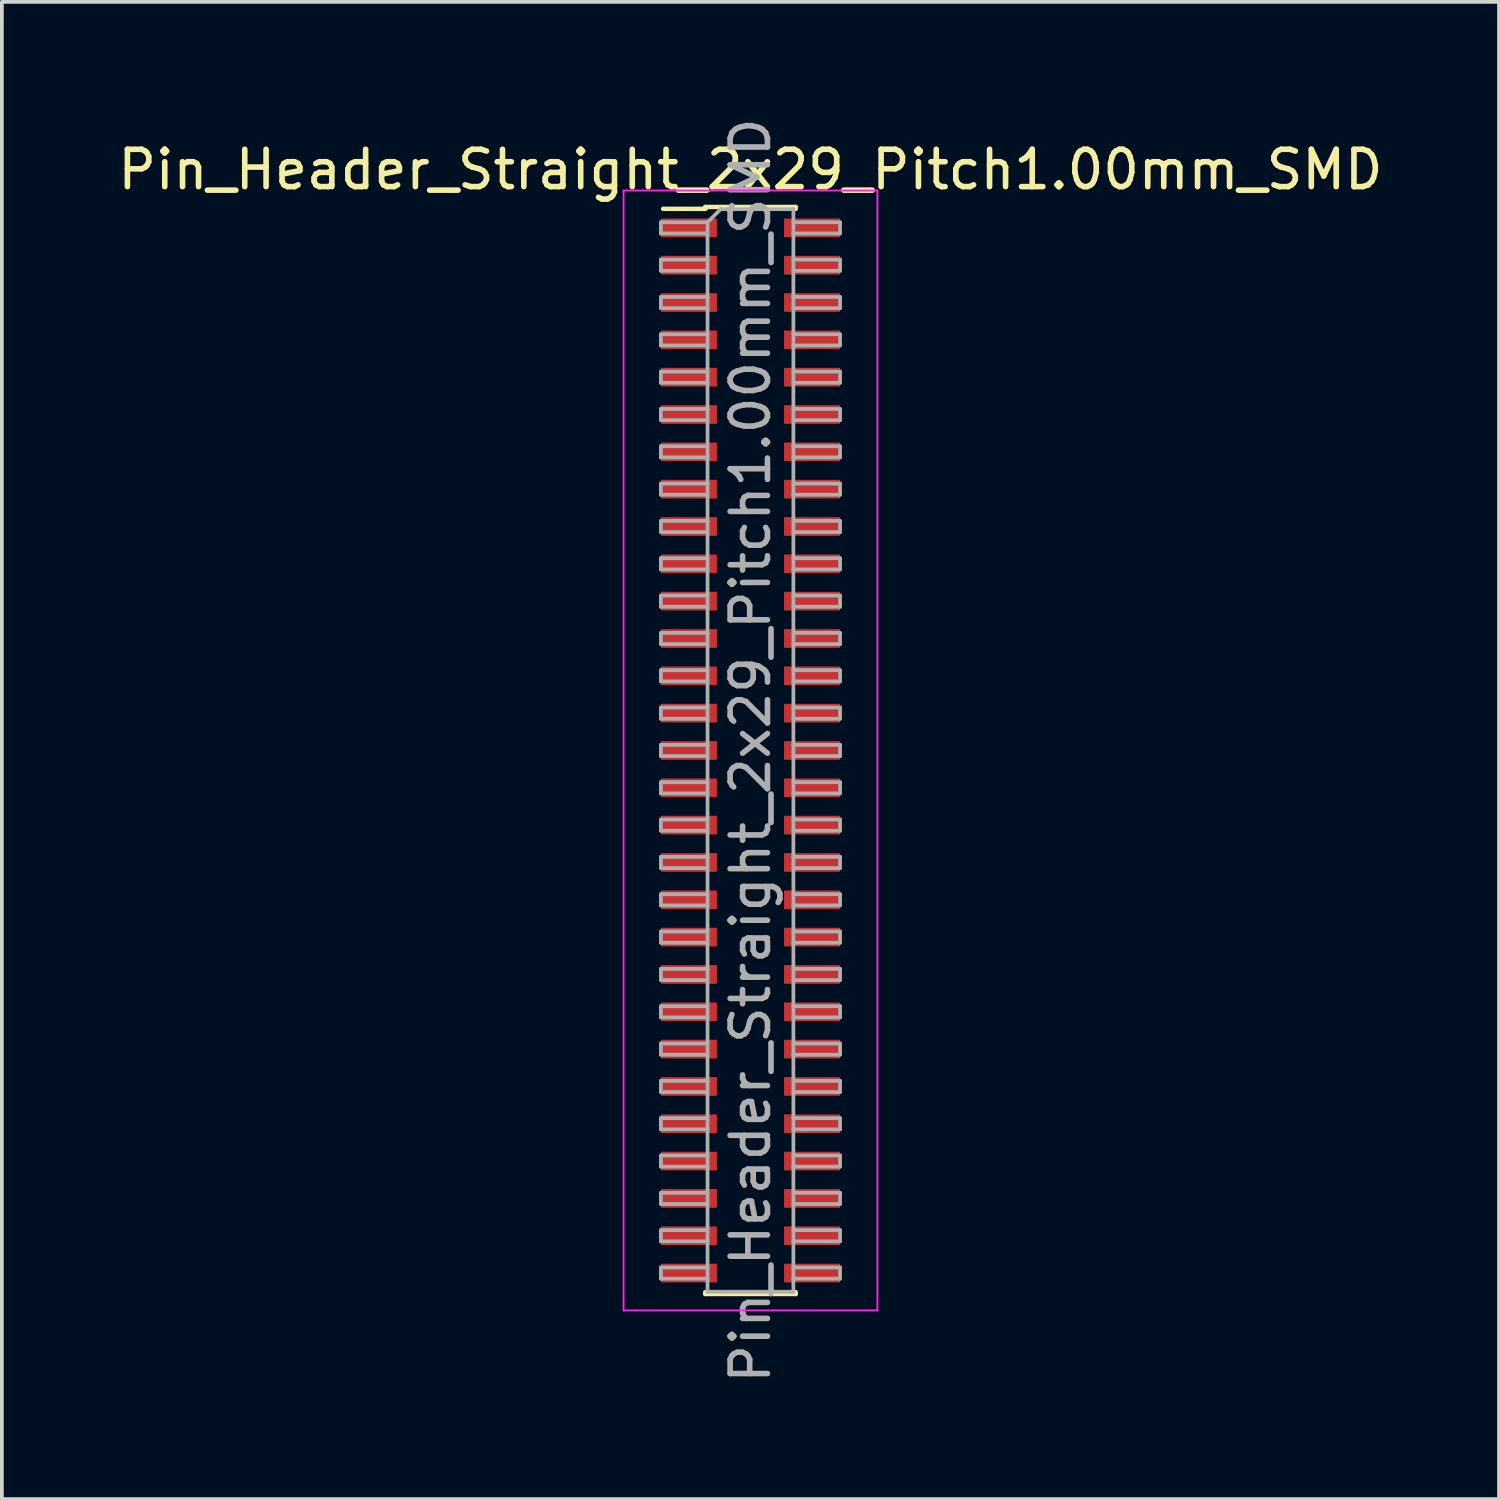
<source format=kicad_pcb>
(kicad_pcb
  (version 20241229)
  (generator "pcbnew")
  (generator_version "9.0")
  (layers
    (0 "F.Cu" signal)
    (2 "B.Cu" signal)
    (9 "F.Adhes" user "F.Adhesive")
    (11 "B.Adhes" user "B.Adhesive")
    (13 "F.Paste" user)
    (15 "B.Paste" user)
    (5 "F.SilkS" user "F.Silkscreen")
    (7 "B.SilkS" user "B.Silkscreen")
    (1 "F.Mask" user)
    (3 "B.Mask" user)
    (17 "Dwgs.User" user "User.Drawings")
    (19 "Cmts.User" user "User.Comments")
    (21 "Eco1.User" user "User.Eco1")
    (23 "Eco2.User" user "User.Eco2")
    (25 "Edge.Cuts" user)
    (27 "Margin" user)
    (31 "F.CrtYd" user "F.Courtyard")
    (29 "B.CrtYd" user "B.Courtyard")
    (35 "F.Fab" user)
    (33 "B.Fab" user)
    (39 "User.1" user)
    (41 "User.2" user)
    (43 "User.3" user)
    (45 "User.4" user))
  (footprint "Pin_Header_Straight_2x29_Pitch1.00mm_SMD"
    (layer "F.Cu")
    (at 17.054 17.054)
    (property "Reference" "Pin_Header_Straight_2x29_Pitch1.00mm_SMD" (at 0 -15.56 0) (layer "F.SilkS") (effects (font (size 1 1) (thickness 0.15))))
    (attr smd)
    (fp_line (start -2.34 -14.51) (end -1.21 -14.51) (stroke (width 0.12) (type solid)) (layer "F.SilkS"))
    (fp_line (start -1.21 -14.56) (end -1.21 -14.51) (stroke (width 0.12) (type solid)) (layer "F.SilkS"))
    (fp_line (start -1.21 -14.56) (end 1.21 -14.56) (stroke (width 0.12) (type solid)) (layer "F.SilkS"))
    (fp_line (start -1.21 14.51) (end -1.21 14.56) (stroke (width 0.12) (type solid)) (layer "F.SilkS"))
    (fp_line (start -1.21 14.56) (end 1.21 14.56) (stroke (width 0.12) (type solid)) (layer "F.SilkS"))
    (fp_line (start 1.21 -14.56) (end 1.21 -14.51) (stroke (width 0.12) (type solid)) (layer "F.SilkS"))
    (fp_line (start 1.21 14.51) (end 1.21 14.56) (stroke (width 0.12) (type solid)) (layer "F.SilkS"))
    (fp_line (start -3.4 -15) (end -3.4 15) (stroke (width 0.05) (type solid)) (layer "F.CrtYd"))
    (fp_line (start -3.4 15) (end 3.4 15) (stroke (width 0.05) (type solid)) (layer "F.CrtYd"))
    (fp_line (start 3.4 -15) (end -3.4 -15) (stroke (width 0.05) (type solid)) (layer "F.CrtYd"))
    (fp_line (start 3.4 15) (end 3.4 -15) (stroke (width 0.05) (type solid)) (layer "F.CrtYd"))
    (fp_line (start -2.4 -14.15) (end -2.4 -13.85) (stroke (width 0.1) (type solid)) (layer "F.Fab"))
    (fp_line (start -2.4 -13.85) (end -1.15 -13.85) (stroke (width 0.1) (type solid)) (layer "F.Fab"))
    (fp_line (start -2.4 -13.15) (end -2.4 -12.85) (stroke (width 0.1) (type solid)) (layer "F.Fab"))
    (fp_line (start -2.4 -12.85) (end -1.15 -12.85) (stroke (width 0.1) (type solid)) (layer "F.Fab"))
    (fp_line (start -2.4 -12.15) (end -2.4 -11.85) (stroke (width 0.1) (type solid)) (layer "F.Fab"))
    (fp_line (start -2.4 -11.85) (end -1.15 -11.85) (stroke (width 0.1) (type solid)) (layer "F.Fab"))
    (fp_line (start -2.4 -11.15) (end -2.4 -10.85) (stroke (width 0.1) (type solid)) (layer "F.Fab"))
    (fp_line (start -2.4 -10.85) (end -1.15 -10.85) (stroke (width 0.1) (type solid)) (layer "F.Fab"))
    (fp_line (start -2.4 -10.15) (end -2.4 -9.85) (stroke (width 0.1) (type solid)) (layer "F.Fab"))
    (fp_line (start -2.4 -9.85) (end -1.15 -9.85) (stroke (width 0.1) (type solid)) (layer "F.Fab"))
    (fp_line (start -2.4 -9.15) (end -2.4 -8.85) (stroke (width 0.1) (type solid)) (layer "F.Fab"))
    (fp_line (start -2.4 -8.85) (end -1.15 -8.85) (stroke (width 0.1) (type solid)) (layer "F.Fab"))
    (fp_line (start -2.4 -8.15) (end -2.4 -7.85) (stroke (width 0.1) (type solid)) (layer "F.Fab"))
    (fp_line (start -2.4 -7.85) (end -1.15 -7.85) (stroke (width 0.1) (type solid)) (layer "F.Fab"))
    (fp_line (start -2.4 -7.15) (end -2.4 -6.85) (stroke (width 0.1) (type solid)) (layer "F.Fab"))
    (fp_line (start -2.4 -6.85) (end -1.15 -6.85) (stroke (width 0.1) (type solid)) (layer "F.Fab"))
    (fp_line (start -2.4 -6.15) (end -2.4 -5.85) (stroke (width 0.1) (type solid)) (layer "F.Fab"))
    (fp_line (start -2.4 -5.85) (end -1.15 -5.85) (stroke (width 0.1) (type solid)) (layer "F.Fab"))
    (fp_line (start -2.4 -5.15) (end -2.4 -4.85) (stroke (width 0.1) (type solid)) (layer "F.Fab"))
    (fp_line (start -2.4 -4.85) (end -1.15 -4.85) (stroke (width 0.1) (type solid)) (layer "F.Fab"))
    (fp_line (start -2.4 -4.15) (end -2.4 -3.85) (stroke (width 0.1) (type solid)) (layer "F.Fab"))
    (fp_line (start -2.4 -3.85) (end -1.15 -3.85) (stroke (width 0.1) (type solid)) (layer "F.Fab"))
    (fp_line (start -2.4 -3.15) (end -2.4 -2.85) (stroke (width 0.1) (type solid)) (layer "F.Fab"))
    (fp_line (start -2.4 -2.85) (end -1.15 -2.85) (stroke (width 0.1) (type solid)) (layer "F.Fab"))
    (fp_line (start -2.4 -2.15) (end -2.4 -1.85) (stroke (width 0.1) (type solid)) (layer "F.Fab"))
    (fp_line (start -2.4 -1.85) (end -1.15 -1.85) (stroke (width 0.1) (type solid)) (layer "F.Fab"))
    (fp_line (start -2.4 -1.15) (end -2.4 -0.85) (stroke (width 0.1) (type solid)) (layer "F.Fab"))
    (fp_line (start -2.4 -0.85) (end -1.15 -0.85) (stroke (width 0.1) (type solid)) (layer "F.Fab"))
    (fp_line (start -2.4 -0.15) (end -2.4 0.15) (stroke (width 0.1) (type solid)) (layer "F.Fab"))
    (fp_line (start -2.4 0.15) (end -1.15 0.15) (stroke (width 0.1) (type solid)) (layer "F.Fab"))
    (fp_line (start -2.4 0.85) (end -2.4 1.15) (stroke (width 0.1) (type solid)) (layer "F.Fab"))
    (fp_line (start -2.4 1.15) (end -1.15 1.15) (stroke (width 0.1) (type solid)) (layer "F.Fab"))
    (fp_line (start -2.4 1.85) (end -2.4 2.15) (stroke (width 0.1) (type solid)) (layer "F.Fab"))
    (fp_line (start -2.4 2.15) (end -1.15 2.15) (stroke (width 0.1) (type solid)) (layer "F.Fab"))
    (fp_line (start -2.4 2.85) (end -2.4 3.15) (stroke (width 0.1) (type solid)) (layer "F.Fab"))
    (fp_line (start -2.4 3.15) (end -1.15 3.15) (stroke (width 0.1) (type solid)) (layer "F.Fab"))
    (fp_line (start -2.4 3.85) (end -2.4 4.15) (stroke (width 0.1) (type solid)) (layer "F.Fab"))
    (fp_line (start -2.4 4.15) (end -1.15 4.15) (stroke (width 0.1) (type solid)) (layer "F.Fab"))
    (fp_line (start -2.4 4.85) (end -2.4 5.15) (stroke (width 0.1) (type solid)) (layer "F.Fab"))
    (fp_line (start -2.4 5.15) (end -1.15 5.15) (stroke (width 0.1) (type solid)) (layer "F.Fab"))
    (fp_line (start -2.4 5.85) (end -2.4 6.15) (stroke (width 0.1) (type solid)) (layer "F.Fab"))
    (fp_line (start -2.4 6.15) (end -1.15 6.15) (stroke (width 0.1) (type solid)) (layer "F.Fab"))
    (fp_line (start -2.4 6.85) (end -2.4 7.15) (stroke (width 0.1) (type solid)) (layer "F.Fab"))
    (fp_line (start -2.4 7.15) (end -1.15 7.15) (stroke (width 0.1) (type solid)) (layer "F.Fab"))
    (fp_line (start -2.4 7.85) (end -2.4 8.15) (stroke (width 0.1) (type solid)) (layer "F.Fab"))
    (fp_line (start -2.4 8.15) (end -1.15 8.15) (stroke (width 0.1) (type solid)) (layer "F.Fab"))
    (fp_line (start -2.4 8.85) (end -2.4 9.15) (stroke (width 0.1) (type solid)) (layer "F.Fab"))
    (fp_line (start -2.4 9.15) (end -1.15 9.15) (stroke (width 0.1) (type solid)) (layer "F.Fab"))
    (fp_line (start -2.4 9.85) (end -2.4 10.15) (stroke (width 0.1) (type solid)) (layer "F.Fab"))
    (fp_line (start -2.4 10.15) (end -1.15 10.15) (stroke (width 0.1) (type solid)) (layer "F.Fab"))
    (fp_line (start -2.4 10.85) (end -2.4 11.15) (stroke (width 0.1) (type solid)) (layer "F.Fab"))
    (fp_line (start -2.4 11.15) (end -1.15 11.15) (stroke (width 0.1) (type solid)) (layer "F.Fab"))
    (fp_line (start -2.4 11.85) (end -2.4 12.15) (stroke (width 0.1) (type solid)) (layer "F.Fab"))
    (fp_line (start -2.4 12.15) (end -1.15 12.15) (stroke (width 0.1) (type solid)) (layer "F.Fab"))
    (fp_line (start -2.4 12.85) (end -2.4 13.15) (stroke (width 0.1) (type solid)) (layer "F.Fab"))
    (fp_line (start -2.4 13.15) (end -1.15 13.15) (stroke (width 0.1) (type solid)) (layer "F.Fab"))
    (fp_line (start -2.4 13.85) (end -2.4 14.15) (stroke (width 0.1) (type solid)) (layer "F.Fab"))
    (fp_line (start -2.4 14.15) (end -1.15 14.15) (stroke (width 0.1) (type solid)) (layer "F.Fab"))
    (fp_line (start -1.15 -14.15) (end -2.4 -14.15) (stroke (width 0.1) (type solid)) (layer "F.Fab"))
    (fp_line (start -1.15 -14.15) (end -0.8 -14.5) (stroke (width 0.1) (type solid)) (layer "F.Fab"))
    (fp_line (start -1.15 -13.15) (end -2.4 -13.15) (stroke (width 0.1) (type solid)) (layer "F.Fab"))
    (fp_line (start -1.15 -12.15) (end -2.4 -12.15) (stroke (width 0.1) (type solid)) (layer "F.Fab"))
    (fp_line (start -1.15 -11.15) (end -2.4 -11.15) (stroke (width 0.1) (type solid)) (layer "F.Fab"))
    (fp_line (start -1.15 -10.15) (end -2.4 -10.15) (stroke (width 0.1) (type solid)) (layer "F.Fab"))
    (fp_line (start -1.15 -9.15) (end -2.4 -9.15) (stroke (width 0.1) (type solid)) (layer "F.Fab"))
    (fp_line (start -1.15 -8.15) (end -2.4 -8.15) (stroke (width 0.1) (type solid)) (layer "F.Fab"))
    (fp_line (start -1.15 -7.15) (end -2.4 -7.15) (stroke (width 0.1) (type solid)) (layer "F.Fab"))
    (fp_line (start -1.15 -6.15) (end -2.4 -6.15) (stroke (width 0.1) (type solid)) (layer "F.Fab"))
    (fp_line (start -1.15 -5.15) (end -2.4 -5.15) (stroke (width 0.1) (type solid)) (layer "F.Fab"))
    (fp_line (start -1.15 -4.15) (end -2.4 -4.15) (stroke (width 0.1) (type solid)) (layer "F.Fab"))
    (fp_line (start -1.15 -3.15) (end -2.4 -3.15) (stroke (width 0.1) (type solid)) (layer "F.Fab"))
    (fp_line (start -1.15 -2.15) (end -2.4 -2.15) (stroke (width 0.1) (type solid)) (layer "F.Fab"))
    (fp_line (start -1.15 -1.15) (end -2.4 -1.15) (stroke (width 0.1) (type solid)) (layer "F.Fab"))
    (fp_line (start -1.15 -0.15) (end -2.4 -0.15) (stroke (width 0.1) (type solid)) (layer "F.Fab"))
    (fp_line (start -1.15 0.85) (end -2.4 0.85) (stroke (width 0.1) (type solid)) (layer "F.Fab"))
    (fp_line (start -1.15 1.85) (end -2.4 1.85) (stroke (width 0.1) (type solid)) (layer "F.Fab"))
    (fp_line (start -1.15 2.85) (end -2.4 2.85) (stroke (width 0.1) (type solid)) (layer "F.Fab"))
    (fp_line (start -1.15 3.85) (end -2.4 3.85) (stroke (width 0.1) (type solid)) (layer "F.Fab"))
    (fp_line (start -1.15 4.85) (end -2.4 4.85) (stroke (width 0.1) (type solid)) (layer "F.Fab"))
    (fp_line (start -1.15 5.85) (end -2.4 5.85) (stroke (width 0.1) (type solid)) (layer "F.Fab"))
    (fp_line (start -1.15 6.85) (end -2.4 6.85) (stroke (width 0.1) (type solid)) (layer "F.Fab"))
    (fp_line (start -1.15 7.85) (end -2.4 7.85) (stroke (width 0.1) (type solid)) (layer "F.Fab"))
    (fp_line (start -1.15 8.85) (end -2.4 8.85) (stroke (width 0.1) (type solid)) (layer "F.Fab"))
    (fp_line (start -1.15 9.85) (end -2.4 9.85) (stroke (width 0.1) (type solid)) (layer "F.Fab"))
    (fp_line (start -1.15 10.85) (end -2.4 10.85) (stroke (width 0.1) (type solid)) (layer "F.Fab"))
    (fp_line (start -1.15 11.85) (end -2.4 11.85) (stroke (width 0.1) (type solid)) (layer "F.Fab"))
    (fp_line (start -1.15 12.85) (end -2.4 12.85) (stroke (width 0.1) (type solid)) (layer "F.Fab"))
    (fp_line (start -1.15 13.85) (end -2.4 13.85) (stroke (width 0.1) (type solid)) (layer "F.Fab"))
    (fp_line (start -1.15 14.5) (end -1.15 -14.15) (stroke (width 0.1) (type solid)) (layer "F.Fab"))
    (fp_line (start -0.8 -14.5) (end 1.15 -14.5) (stroke (width 0.1) (type solid)) (layer "F.Fab"))
    (fp_line (start 1.15 -14.5) (end 1.15 14.5) (stroke (width 0.1) (type solid)) (layer "F.Fab"))
    (fp_line (start 1.15 -14.15) (end 2.4 -14.15) (stroke (width 0.1) (type solid)) (layer "F.Fab"))
    (fp_line (start 1.15 -13.15) (end 2.4 -13.15) (stroke (width 0.1) (type solid)) (layer "F.Fab"))
    (fp_line (start 1.15 -12.15) (end 2.4 -12.15) (stroke (width 0.1) (type solid)) (layer "F.Fab"))
    (fp_line (start 1.15 -11.15) (end 2.4 -11.15) (stroke (width 0.1) (type solid)) (layer "F.Fab"))
    (fp_line (start 1.15 -10.15) (end 2.4 -10.15) (stroke (width 0.1) (type solid)) (layer "F.Fab"))
    (fp_line (start 1.15 -9.15) (end 2.4 -9.15) (stroke (width 0.1) (type solid)) (layer "F.Fab"))
    (fp_line (start 1.15 -8.15) (end 2.4 -8.15) (stroke (width 0.1) (type solid)) (layer "F.Fab"))
    (fp_line (start 1.15 -7.15) (end 2.4 -7.15) (stroke (width 0.1) (type solid)) (layer "F.Fab"))
    (fp_line (start 1.15 -6.15) (end 2.4 -6.15) (stroke (width 0.1) (type solid)) (layer "F.Fab"))
    (fp_line (start 1.15 -5.15) (end 2.4 -5.15) (stroke (width 0.1) (type solid)) (layer "F.Fab"))
    (fp_line (start 1.15 -4.15) (end 2.4 -4.15) (stroke (width 0.1) (type solid)) (layer "F.Fab"))
    (fp_line (start 1.15 -3.15) (end 2.4 -3.15) (stroke (width 0.1) (type solid)) (layer "F.Fab"))
    (fp_line (start 1.15 -2.15) (end 2.4 -2.15) (stroke (width 0.1) (type solid)) (layer "F.Fab"))
    (fp_line (start 1.15 -1.15) (end 2.4 -1.15) (stroke (width 0.1) (type solid)) (layer "F.Fab"))
    (fp_line (start 1.15 -0.15) (end 2.4 -0.15) (stroke (width 0.1) (type solid)) (layer "F.Fab"))
    (fp_line (start 1.15 0.85) (end 2.4 0.85) (stroke (width 0.1) (type solid)) (layer "F.Fab"))
    (fp_line (start 1.15 1.85) (end 2.4 1.85) (stroke (width 0.1) (type solid)) (layer "F.Fab"))
    (fp_line (start 1.15 2.85) (end 2.4 2.85) (stroke (width 0.1) (type solid)) (layer "F.Fab"))
    (fp_line (start 1.15 3.85) (end 2.4 3.85) (stroke (width 0.1) (type solid)) (layer "F.Fab"))
    (fp_line (start 1.15 4.85) (end 2.4 4.85) (stroke (width 0.1) (type solid)) (layer "F.Fab"))
    (fp_line (start 1.15 5.85) (end 2.4 5.85) (stroke (width 0.1) (type solid)) (layer "F.Fab"))
    (fp_line (start 1.15 6.85) (end 2.4 6.85) (stroke (width 0.1) (type solid)) (layer "F.Fab"))
    (fp_line (start 1.15 7.85) (end 2.4 7.85) (stroke (width 0.1) (type solid)) (layer "F.Fab"))
    (fp_line (start 1.15 8.85) (end 2.4 8.85) (stroke (width 0.1) (type solid)) (layer "F.Fab"))
    (fp_line (start 1.15 9.85) (end 2.4 9.85) (stroke (width 0.1) (type solid)) (layer "F.Fab"))
    (fp_line (start 1.15 10.85) (end 2.4 10.85) (stroke (width 0.1) (type solid)) (layer "F.Fab"))
    (fp_line (start 1.15 11.85) (end 2.4 11.85) (stroke (width 0.1) (type solid)) (layer "F.Fab"))
    (fp_line (start 1.15 12.85) (end 2.4 12.85) (stroke (width 0.1) (type solid)) (layer "F.Fab"))
    (fp_line (start 1.15 13.85) (end 2.4 13.85) (stroke (width 0.1) (type solid)) (layer "F.Fab"))
    (fp_line (start 1.15 14.5) (end -1.15 14.5) (stroke (width 0.1) (type solid)) (layer "F.Fab"))
    (fp_line (start 2.4 -14.15) (end 2.4 -13.85) (stroke (width 0.1) (type solid)) (layer "F.Fab"))
    (fp_line (start 2.4 -13.85) (end 1.15 -13.85) (stroke (width 0.1) (type solid)) (layer "F.Fab"))
    (fp_line (start 2.4 -13.15) (end 2.4 -12.85) (stroke (width 0.1) (type solid)) (layer "F.Fab"))
    (fp_line (start 2.4 -12.85) (end 1.15 -12.85) (stroke (width 0.1) (type solid)) (layer "F.Fab"))
    (fp_line (start 2.4 -12.15) (end 2.4 -11.85) (stroke (width 0.1) (type solid)) (layer "F.Fab"))
    (fp_line (start 2.4 -11.85) (end 1.15 -11.85) (stroke (width 0.1) (type solid)) (layer "F.Fab"))
    (fp_line (start 2.4 -11.15) (end 2.4 -10.85) (stroke (width 0.1) (type solid)) (layer "F.Fab"))
    (fp_line (start 2.4 -10.85) (end 1.15 -10.85) (stroke (width 0.1) (type solid)) (layer "F.Fab"))
    (fp_line (start 2.4 -10.15) (end 2.4 -9.85) (stroke (width 0.1) (type solid)) (layer "F.Fab"))
    (fp_line (start 2.4 -9.85) (end 1.15 -9.85) (stroke (width 0.1) (type solid)) (layer "F.Fab"))
    (fp_line (start 2.4 -9.15) (end 2.4 -8.85) (stroke (width 0.1) (type solid)) (layer "F.Fab"))
    (fp_line (start 2.4 -8.85) (end 1.15 -8.85) (stroke (width 0.1) (type solid)) (layer "F.Fab"))
    (fp_line (start 2.4 -8.15) (end 2.4 -7.85) (stroke (width 0.1) (type solid)) (layer "F.Fab"))
    (fp_line (start 2.4 -7.85) (end 1.15 -7.85) (stroke (width 0.1) (type solid)) (layer "F.Fab"))
    (fp_line (start 2.4 -7.15) (end 2.4 -6.85) (stroke (width 0.1) (type solid)) (layer "F.Fab"))
    (fp_line (start 2.4 -6.85) (end 1.15 -6.85) (stroke (width 0.1) (type solid)) (layer "F.Fab"))
    (fp_line (start 2.4 -6.15) (end 2.4 -5.85) (stroke (width 0.1) (type solid)) (layer "F.Fab"))
    (fp_line (start 2.4 -5.85) (end 1.15 -5.85) (stroke (width 0.1) (type solid)) (layer "F.Fab"))
    (fp_line (start 2.4 -5.15) (end 2.4 -4.85) (stroke (width 0.1) (type solid)) (layer "F.Fab"))
    (fp_line (start 2.4 -4.85) (end 1.15 -4.85) (stroke (width 0.1) (type solid)) (layer "F.Fab"))
    (fp_line (start 2.4 -4.15) (end 2.4 -3.85) (stroke (width 0.1) (type solid)) (layer "F.Fab"))
    (fp_line (start 2.4 -3.85) (end 1.15 -3.85) (stroke (width 0.1) (type solid)) (layer "F.Fab"))
    (fp_line (start 2.4 -3.15) (end 2.4 -2.85) (stroke (width 0.1) (type solid)) (layer "F.Fab"))
    (fp_line (start 2.4 -2.85) (end 1.15 -2.85) (stroke (width 0.1) (type solid)) (layer "F.Fab"))
    (fp_line (start 2.4 -2.15) (end 2.4 -1.85) (stroke (width 0.1) (type solid)) (layer "F.Fab"))
    (fp_line (start 2.4 -1.85) (end 1.15 -1.85) (stroke (width 0.1) (type solid)) (layer "F.Fab"))
    (fp_line (start 2.4 -1.15) (end 2.4 -0.85) (stroke (width 0.1) (type solid)) (layer "F.Fab"))
    (fp_line (start 2.4 -0.85) (end 1.15 -0.85) (stroke (width 0.1) (type solid)) (layer "F.Fab"))
    (fp_line (start 2.4 -0.15) (end 2.4 0.15) (stroke (width 0.1) (type solid)) (layer "F.Fab"))
    (fp_line (start 2.4 0.15) (end 1.15 0.15) (stroke (width 0.1) (type solid)) (layer "F.Fab"))
    (fp_line (start 2.4 0.85) (end 2.4 1.15) (stroke (width 0.1) (type solid)) (layer "F.Fab"))
    (fp_line (start 2.4 1.15) (end 1.15 1.15) (stroke (width 0.1) (type solid)) (layer "F.Fab"))
    (fp_line (start 2.4 1.85) (end 2.4 2.15) (stroke (width 0.1) (type solid)) (layer "F.Fab"))
    (fp_line (start 2.4 2.15) (end 1.15 2.15) (stroke (width 0.1) (type solid)) (layer "F.Fab"))
    (fp_line (start 2.4 2.85) (end 2.4 3.15) (stroke (width 0.1) (type solid)) (layer "F.Fab"))
    (fp_line (start 2.4 3.15) (end 1.15 3.15) (stroke (width 0.1) (type solid)) (layer "F.Fab"))
    (fp_line (start 2.4 3.85) (end 2.4 4.15) (stroke (width 0.1) (type solid)) (layer "F.Fab"))
    (fp_line (start 2.4 4.15) (end 1.15 4.15) (stroke (width 0.1) (type solid)) (layer "F.Fab"))
    (fp_line (start 2.4 4.85) (end 2.4 5.15) (stroke (width 0.1) (type solid)) (layer "F.Fab"))
    (fp_line (start 2.4 5.15) (end 1.15 5.15) (stroke (width 0.1) (type solid)) (layer "F.Fab"))
    (fp_line (start 2.4 5.85) (end 2.4 6.15) (stroke (width 0.1) (type solid)) (layer "F.Fab"))
    (fp_line (start 2.4 6.15) (end 1.15 6.15) (stroke (width 0.1) (type solid)) (layer "F.Fab"))
    (fp_line (start 2.4 6.85) (end 2.4 7.15) (stroke (width 0.1) (type solid)) (layer "F.Fab"))
    (fp_line (start 2.4 7.15) (end 1.15 7.15) (stroke (width 0.1) (type solid)) (layer "F.Fab"))
    (fp_line (start 2.4 7.85) (end 2.4 8.15) (stroke (width 0.1) (type solid)) (layer "F.Fab"))
    (fp_line (start 2.4 8.15) (end 1.15 8.15) (stroke (width 0.1) (type solid)) (layer "F.Fab"))
    (fp_line (start 2.4 8.85) (end 2.4 9.15) (stroke (width 0.1) (type solid)) (layer "F.Fab"))
    (fp_line (start 2.4 9.15) (end 1.15 9.15) (stroke (width 0.1) (type solid)) (layer "F.Fab"))
    (fp_line (start 2.4 9.85) (end 2.4 10.15) (stroke (width 0.1) (type solid)) (layer "F.Fab"))
    (fp_line (start 2.4 10.15) (end 1.15 10.15) (stroke (width 0.1) (type solid)) (layer "F.Fab"))
    (fp_line (start 2.4 10.85) (end 2.4 11.15) (stroke (width 0.1) (type solid)) (layer "F.Fab"))
    (fp_line (start 2.4 11.15) (end 1.15 11.15) (stroke (width 0.1) (type solid)) (layer "F.Fab"))
    (fp_line (start 2.4 11.85) (end 2.4 12.15) (stroke (width 0.1) (type solid)) (layer "F.Fab"))
    (fp_line (start 2.4 12.15) (end 1.15 12.15) (stroke (width 0.1) (type solid)) (layer "F.Fab"))
    (fp_line (start 2.4 12.85) (end 2.4 13.15) (stroke (width 0.1) (type solid)) (layer "F.Fab"))
    (fp_line (start 2.4 13.15) (end 1.15 13.15) (stroke (width 0.1) (type solid)) (layer "F.Fab"))
    (fp_line (start 2.4 13.85) (end 2.4 14.15) (stroke (width 0.1) (type solid)) (layer "F.Fab"))
    (fp_line (start 2.4 14.15) (end 1.15 14.15) (stroke (width 0.1) (type solid)) (layer "F.Fab"))
    (fp_text user "${REFERENCE}" (at 0 0 90) (layer "F.Fab") (effects (font (size 1 1) (thickness 0.15))))
    (pad "1" smd rect (at -1.65 -14) (size 1.5 0.5) (layers "F.Cu" "F.Mask" "F.Paste"))
    (pad "2" smd rect (at 1.65 -14) (size 1.5 0.5) (layers "F.Cu" "F.Mask" "F.Paste"))
    (pad "3" smd rect (at -1.65 -13) (size 1.5 0.5) (layers "F.Cu" "F.Mask" "F.Paste"))
    (pad "4" smd rect (at 1.65 -13) (size 1.5 0.5) (layers "F.Cu" "F.Mask" "F.Paste"))
    (pad "5" smd rect (at -1.65 -12) (size 1.5 0.5) (layers "F.Cu" "F.Mask" "F.Paste"))
    (pad "6" smd rect (at 1.65 -12) (size 1.5 0.5) (layers "F.Cu" "F.Mask" "F.Paste"))
    (pad "7" smd rect (at -1.65 -11) (size 1.5 0.5) (layers "F.Cu" "F.Mask" "F.Paste"))
    (pad "8" smd rect (at 1.65 -11) (size 1.5 0.5) (layers "F.Cu" "F.Mask" "F.Paste"))
    (pad "9" smd rect (at -1.65 -10) (size 1.5 0.5) (layers "F.Cu" "F.Mask" "F.Paste"))
    (pad "10" smd rect (at 1.65 -10) (size 1.5 0.5) (layers "F.Cu" "F.Mask" "F.Paste"))
    (pad "11" smd rect (at -1.65 -9) (size 1.5 0.5) (layers "F.Cu" "F.Mask" "F.Paste"))
    (pad "12" smd rect (at 1.65 -9) (size 1.5 0.5) (layers "F.Cu" "F.Mask" "F.Paste"))
    (pad "13" smd rect (at -1.65 -8) (size 1.5 0.5) (layers "F.Cu" "F.Mask" "F.Paste"))
    (pad "14" smd rect (at 1.65 -8) (size 1.5 0.5) (layers "F.Cu" "F.Mask" "F.Paste"))
    (pad "15" smd rect (at -1.65 -7) (size 1.5 0.5) (layers "F.Cu" "F.Mask" "F.Paste"))
    (pad "16" smd rect (at 1.65 -7) (size 1.5 0.5) (layers "F.Cu" "F.Mask" "F.Paste"))
    (pad "17" smd rect (at -1.65 -6) (size 1.5 0.5) (layers "F.Cu" "F.Mask" "F.Paste"))
    (pad "18" smd rect (at 1.65 -6) (size 1.5 0.5) (layers "F.Cu" "F.Mask" "F.Paste"))
    (pad "19" smd rect (at -1.65 -5) (size 1.5 0.5) (layers "F.Cu" "F.Mask" "F.Paste"))
    (pad "20" smd rect (at 1.65 -5) (size 1.5 0.5) (layers "F.Cu" "F.Mask" "F.Paste"))
    (pad "21" smd rect (at -1.65 -4) (size 1.5 0.5) (layers "F.Cu" "F.Mask" "F.Paste"))
    (pad "22" smd rect (at 1.65 -4) (size 1.5 0.5) (layers "F.Cu" "F.Mask" "F.Paste"))
    (pad "23" smd rect (at -1.65 -3) (size 1.5 0.5) (layers "F.Cu" "F.Mask" "F.Paste"))
    (pad "24" smd rect (at 1.65 -3) (size 1.5 0.5) (layers "F.Cu" "F.Mask" "F.Paste"))
    (pad "25" smd rect (at -1.65 -2) (size 1.5 0.5) (layers "F.Cu" "F.Mask" "F.Paste"))
    (pad "26" smd rect (at 1.65 -2) (size 1.5 0.5) (layers "F.Cu" "F.Mask" "F.Paste"))
    (pad "27" smd rect (at -1.65 -1) (size 1.5 0.5) (layers "F.Cu" "F.Mask" "F.Paste"))
    (pad "28" smd rect (at 1.65 -1) (size 1.5 0.5) (layers "F.Cu" "F.Mask" "F.Paste"))
    (pad "29" smd rect (at -1.65 0) (size 1.5 0.5) (layers "F.Cu" "F.Mask" "F.Paste"))
    (pad "30" smd rect (at 1.65 0) (size 1.5 0.5) (layers "F.Cu" "F.Mask" "F.Paste"))
    (pad "31" smd rect (at -1.65 1) (size 1.5 0.5) (layers "F.Cu" "F.Mask" "F.Paste"))
    (pad "32" smd rect (at 1.65 1) (size 1.5 0.5) (layers "F.Cu" "F.Mask" "F.Paste"))
    (pad "33" smd rect (at -1.65 2) (size 1.5 0.5) (layers "F.Cu" "F.Mask" "F.Paste"))
    (pad "34" smd rect (at 1.65 2) (size 1.5 0.5) (layers "F.Cu" "F.Mask" "F.Paste"))
    (pad "35" smd rect (at -1.65 3) (size 1.5 0.5) (layers "F.Cu" "F.Mask" "F.Paste"))
    (pad "36" smd rect (at 1.65 3) (size 1.5 0.5) (layers "F.Cu" "F.Mask" "F.Paste"))
    (pad "37" smd rect (at -1.65 4) (size 1.5 0.5) (layers "F.Cu" "F.Mask" "F.Paste"))
    (pad "38" smd rect (at 1.65 4) (size 1.5 0.5) (layers "F.Cu" "F.Mask" "F.Paste"))
    (pad "39" smd rect (at -1.65 5) (size 1.5 0.5) (layers "F.Cu" "F.Mask" "F.Paste"))
    (pad "40" smd rect (at 1.65 5) (size 1.5 0.5) (layers "F.Cu" "F.Mask" "F.Paste"))
    (pad "41" smd rect (at -1.65 6) (size 1.5 0.5) (layers "F.Cu" "F.Mask" "F.Paste"))
    (pad "42" smd rect (at 1.65 6) (size 1.5 0.5) (layers "F.Cu" "F.Mask" "F.Paste"))
    (pad "43" smd rect (at -1.65 7) (size 1.5 0.5) (layers "F.Cu" "F.Mask" "F.Paste"))
    (pad "44" smd rect (at 1.65 7) (size 1.5 0.5) (layers "F.Cu" "F.Mask" "F.Paste"))
    (pad "45" smd rect (at -1.65 8) (size 1.5 0.5) (layers "F.Cu" "F.Mask" "F.Paste"))
    (pad "46" smd rect (at 1.65 8) (size 1.5 0.5) (layers "F.Cu" "F.Mask" "F.Paste"))
    (pad "47" smd rect (at -1.65 9) (size 1.5 0.5) (layers "F.Cu" "F.Mask" "F.Paste"))
    (pad "48" smd rect (at 1.65 9) (size 1.5 0.5) (layers "F.Cu" "F.Mask" "F.Paste"))
    (pad "49" smd rect (at -1.65 10) (size 1.5 0.5) (layers "F.Cu" "F.Mask" "F.Paste"))
    (pad "50" smd rect (at 1.65 10) (size 1.5 0.5) (layers "F.Cu" "F.Mask" "F.Paste"))
    (pad "51" smd rect (at -1.65 11) (size 1.5 0.5) (layers "F.Cu" "F.Mask" "F.Paste"))
    (pad "52" smd rect (at 1.65 11) (size 1.5 0.5) (layers "F.Cu" "F.Mask" "F.Paste"))
    (pad "53" smd rect (at -1.65 12) (size 1.5 0.5) (layers "F.Cu" "F.Mask" "F.Paste"))
    (pad "54" smd rect (at 1.65 12) (size 1.5 0.5) (layers "F.Cu" "F.Mask" "F.Paste"))
    (pad "55" smd rect (at -1.65 13) (size 1.5 0.5) (layers "F.Cu" "F.Mask" "F.Paste"))
    (pad "56" smd rect (at 1.65 13) (size 1.5 0.5) (layers "F.Cu" "F.Mask" "F.Paste"))
    (pad "57" smd rect (at -1.65 14) (size 1.5 0.5) (layers "F.Cu" "F.Mask" "F.Paste"))
    (pad "58" smd rect (at 1.65 14) (size 1.5 0.5) (layers "F.Cu" "F.Mask" "F.Paste")))
  (gr_rect
    (start -3 -3)
    (end 37.107 37.107)
    (stroke (width 0.1) (type default))
    (fill no)
    (layer "Edge.Cuts")))
</source>
